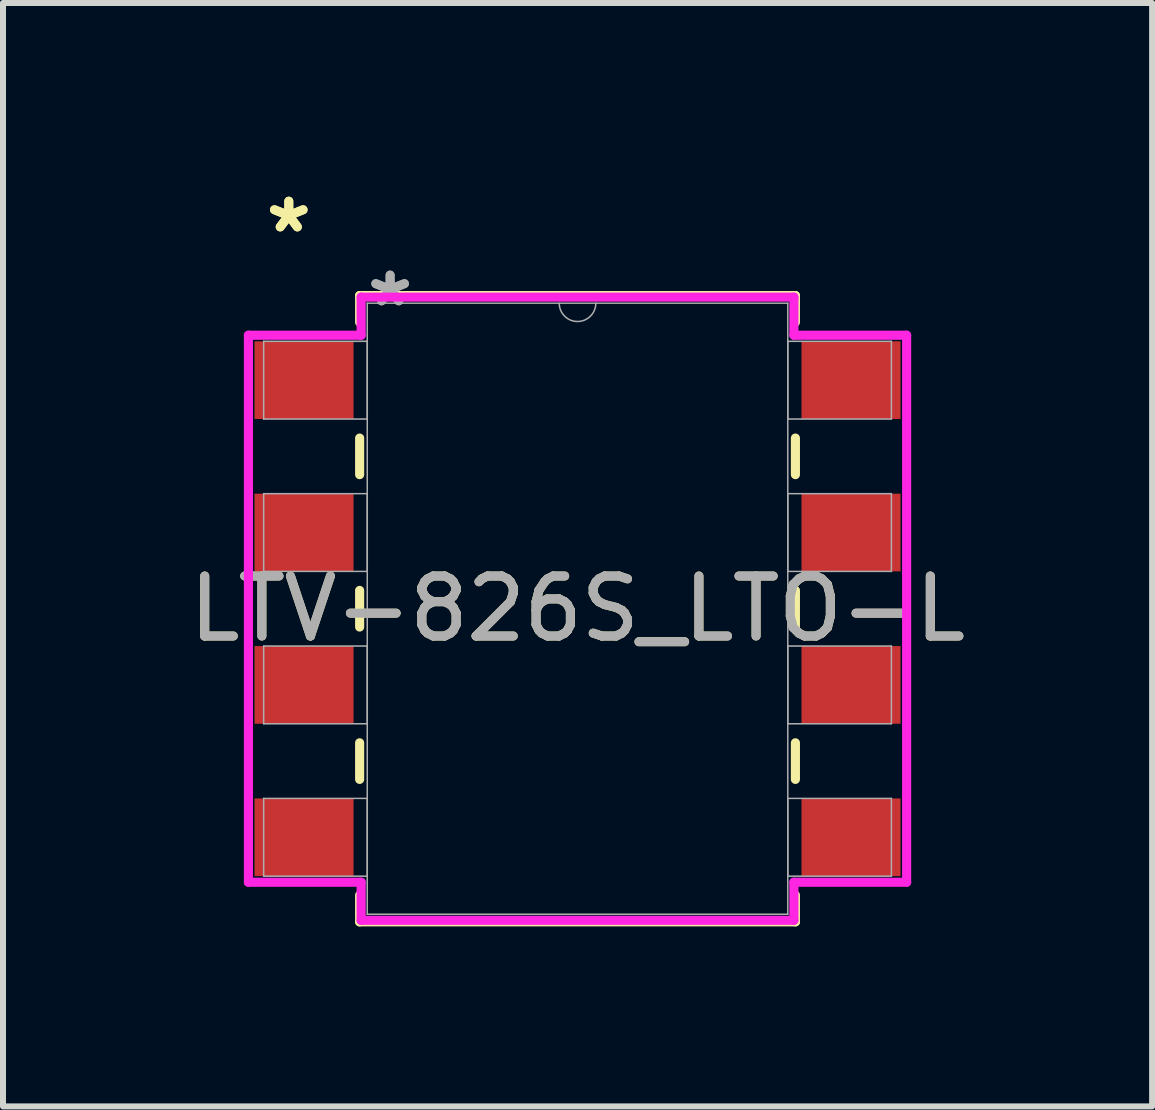
<source format=kicad_pcb>
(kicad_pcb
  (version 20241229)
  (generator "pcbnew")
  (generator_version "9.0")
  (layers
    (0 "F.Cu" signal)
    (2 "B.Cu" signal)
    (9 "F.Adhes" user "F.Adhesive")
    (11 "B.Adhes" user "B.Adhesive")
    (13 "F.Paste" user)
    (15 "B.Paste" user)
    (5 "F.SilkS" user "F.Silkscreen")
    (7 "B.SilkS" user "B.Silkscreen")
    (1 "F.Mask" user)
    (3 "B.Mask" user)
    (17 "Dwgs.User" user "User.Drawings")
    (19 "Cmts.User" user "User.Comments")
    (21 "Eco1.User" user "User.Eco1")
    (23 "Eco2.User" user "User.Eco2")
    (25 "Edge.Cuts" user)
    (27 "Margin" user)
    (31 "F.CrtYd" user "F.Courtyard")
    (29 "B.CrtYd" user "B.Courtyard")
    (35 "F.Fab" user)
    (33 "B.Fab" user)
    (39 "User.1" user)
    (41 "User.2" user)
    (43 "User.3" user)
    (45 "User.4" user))
  (footprint "LTV-826S_LTO-L"
    (layer "F.Cu")
    (at 6.577 7.097)
    (property "Reference" "LTV-826S_LTO-L" (at 0 0 0) (unlocked yes) (layer "F.SilkS") (effects (font (size 1 1) (thickness 0.15))))
    (attr smd)
    (fp_line (start -3.632 -5.22) (end -3.632 -4.775) (stroke (width 0.152) (type solid)) (layer "F.SilkS"))
    (fp_line (start -3.632 -2.845) (end -3.632 -2.235) (stroke (width 0.152) (type solid)) (layer "F.SilkS"))
    (fp_line (start -3.632 -0.305) (end -3.632 0.305) (stroke (width 0.152) (type solid)) (layer "F.SilkS"))
    (fp_line (start -3.632 2.235) (end -3.632 2.845) (stroke (width 0.152) (type solid)) (layer "F.SilkS"))
    (fp_line (start -3.632 4.775) (end -3.632 5.22) (stroke (width 0.152) (type solid)) (layer "F.SilkS"))
    (fp_line (start -3.632 5.22) (end 3.632 5.22) (stroke (width 0.152) (type solid)) (layer "F.SilkS"))
    (fp_line (start 3.632 -5.22) (end -3.632 -5.22) (stroke (width 0.152) (type solid)) (layer "F.SilkS"))
    (fp_line (start 3.632 -4.775) (end 3.632 -5.22) (stroke (width 0.152) (type solid)) (layer "F.SilkS"))
    (fp_line (start 3.632 -2.235) (end 3.632 -2.845) (stroke (width 0.152) (type solid)) (layer "F.SilkS"))
    (fp_line (start 3.632 0.305) (end 3.632 -0.305) (stroke (width 0.152) (type solid)) (layer "F.SilkS"))
    (fp_line (start 3.632 2.845) (end 3.632 2.235) (stroke (width 0.152) (type solid)) (layer "F.SilkS"))
    (fp_line (start 3.632 5.22) (end 3.632 4.775) (stroke (width 0.152) (type solid)) (layer "F.SilkS"))
    (fp_line (start -5.486 -4.559) (end -3.607 -4.559) (stroke (width 0.152) (type solid)) (layer "F.CrtYd"))
    (fp_line (start -5.486 4.559) (end -5.486 -4.559) (stroke (width 0.152) (type solid)) (layer "F.CrtYd"))
    (fp_line (start -5.486 4.559) (end -3.607 4.559) (stroke (width 0.152) (type solid)) (layer "F.CrtYd"))
    (fp_line (start -3.607 -5.194) (end 3.607 -5.194) (stroke (width 0.152) (type solid)) (layer "F.CrtYd"))
    (fp_line (start -3.607 -4.559) (end -3.607 -5.194) (stroke (width 0.152) (type solid)) (layer "F.CrtYd"))
    (fp_line (start -3.607 5.194) (end -3.607 4.559) (stroke (width 0.152) (type solid)) (layer "F.CrtYd"))
    (fp_line (start 3.607 -5.194) (end 3.607 -4.559) (stroke (width 0.152) (type solid)) (layer "F.CrtYd"))
    (fp_line (start 3.607 4.559) (end 3.607 5.194) (stroke (width 0.152) (type solid)) (layer "F.CrtYd"))
    (fp_line (start 3.607 5.194) (end -3.607 5.194) (stroke (width 0.152) (type solid)) (layer "F.CrtYd"))
    (fp_line (start 5.486 -4.559) (end 3.607 -4.559) (stroke (width 0.152) (type solid)) (layer "F.CrtYd"))
    (fp_line (start 5.486 -4.559) (end 5.486 4.559) (stroke (width 0.152) (type solid)) (layer "F.CrtYd"))
    (fp_line (start 5.486 4.559) (end 3.607 4.559) (stroke (width 0.152) (type solid)) (layer "F.CrtYd"))
    (fp_line (start -5.232 -4.458) (end -5.232 -3.162) (stroke (width 0.025) (type solid)) (layer "F.Fab"))
    (fp_line (start -5.232 -3.162) (end -3.505 -3.162) (stroke (width 0.025) (type solid)) (layer "F.Fab"))
    (fp_line (start -5.232 -1.918) (end -5.232 -0.622) (stroke (width 0.025) (type solid)) (layer "F.Fab"))
    (fp_line (start -5.232 -0.622) (end -3.505 -0.622) (stroke (width 0.025) (type solid)) (layer "F.Fab"))
    (fp_line (start -5.232 0.622) (end -5.232 1.918) (stroke (width 0.025) (type solid)) (layer "F.Fab"))
    (fp_line (start -5.232 1.918) (end -3.505 1.918) (stroke (width 0.025) (type solid)) (layer "F.Fab"))
    (fp_line (start -5.232 3.162) (end -5.232 4.458) (stroke (width 0.025) (type solid)) (layer "F.Fab"))
    (fp_line (start -5.232 4.458) (end -3.505 4.458) (stroke (width 0.025) (type solid)) (layer "F.Fab"))
    (fp_line (start -3.505 -5.093) (end -3.505 5.093) (stroke (width 0.025) (type solid)) (layer "F.Fab"))
    (fp_line (start -3.505 -4.458) (end -5.232 -4.458) (stroke (width 0.025) (type solid)) (layer "F.Fab"))
    (fp_line (start -3.505 -3.162) (end -3.505 -4.458) (stroke (width 0.025) (type solid)) (layer "F.Fab"))
    (fp_line (start -3.505 -1.918) (end -5.232 -1.918) (stroke (width 0.025) (type solid)) (layer "F.Fab"))
    (fp_line (start -3.505 -0.622) (end -3.505 -1.918) (stroke (width 0.025) (type solid)) (layer "F.Fab"))
    (fp_line (start -3.505 0.622) (end -5.232 0.622) (stroke (width 0.025) (type solid)) (layer "F.Fab"))
    (fp_line (start -3.505 1.918) (end -3.505 0.622) (stroke (width 0.025) (type solid)) (layer "F.Fab"))
    (fp_line (start -3.505 3.162) (end -5.232 3.162) (stroke (width 0.025) (type solid)) (layer "F.Fab"))
    (fp_line (start -3.505 4.458) (end -3.505 3.162) (stroke (width 0.025) (type solid)) (layer "F.Fab"))
    (fp_line (start -3.505 5.093) (end 3.505 5.093) (stroke (width 0.025) (type solid)) (layer "F.Fab"))
    (fp_line (start 3.505 -5.093) (end -3.505 -5.093) (stroke (width 0.025) (type solid)) (layer "F.Fab"))
    (fp_line (start 3.505 -4.458) (end 3.505 -3.162) (stroke (width 0.025) (type solid)) (layer "F.Fab"))
    (fp_line (start 3.505 -3.162) (end 5.232 -3.162) (stroke (width 0.025) (type solid)) (layer "F.Fab"))
    (fp_line (start 3.505 -1.918) (end 3.505 -0.622) (stroke (width 0.025) (type solid)) (layer "F.Fab"))
    (fp_line (start 3.505 -0.622) (end 5.232 -0.622) (stroke (width 0.025) (type solid)) (layer "F.Fab"))
    (fp_line (start 3.505 0.622) (end 3.505 1.918) (stroke (width 0.025) (type solid)) (layer "F.Fab"))
    (fp_line (start 3.505 1.918) (end 5.232 1.918) (stroke (width 0.025) (type solid)) (layer "F.Fab"))
    (fp_line (start 3.505 3.162) (end 3.505 4.458) (stroke (width 0.025) (type solid)) (layer "F.Fab"))
    (fp_line (start 3.505 4.458) (end 5.232 4.458) (stroke (width 0.025) (type solid)) (layer "F.Fab"))
    (fp_line (start 3.505 5.093) (end 3.505 -5.093) (stroke (width 0.025) (type solid)) (layer "F.Fab"))
    (fp_line (start 5.232 -4.458) (end 3.505 -4.458) (stroke (width 0.025) (type solid)) (layer "F.Fab"))
    (fp_line (start 5.232 -3.162) (end 5.232 -4.458) (stroke (width 0.025) (type solid)) (layer "F.Fab"))
    (fp_line (start 5.232 -1.918) (end 3.505 -1.918) (stroke (width 0.025) (type solid)) (layer "F.Fab"))
    (fp_line (start 5.232 -0.622) (end 5.232 -1.918) (stroke (width 0.025) (type solid)) (layer "F.Fab"))
    (fp_line (start 5.232 0.622) (end 3.505 0.622) (stroke (width 0.025) (type solid)) (layer "F.Fab"))
    (fp_line (start 5.232 1.918) (end 5.232 0.622) (stroke (width 0.025) (type solid)) (layer "F.Fab"))
    (fp_line (start 5.232 3.162) (end 3.505 3.162) (stroke (width 0.025) (type solid)) (layer "F.Fab"))
    (fp_line (start 5.232 4.458) (end 5.232 3.162) (stroke (width 0.025) (type solid)) (layer "F.Fab"))
    (fp_arc (start 0.3048 -5.0927) (mid 0 -4.7879) (end -0.3048 -5.0927) (stroke (width 0.0254) (type solid)) (layer "F.Fab"))
    (fp_text user "*" (at -4.813 -6.248 0) (unlocked yes) (layer "F.SilkS") (effects (font (size 1 1) (thickness 0.15))))
    (fp_text user "*" (at -4.813 -6.248 0) (layer "F.SilkS") (effects (font (size 1 1) (thickness 0.15))))
    (fp_text user "${REFERENCE}" (at 0 0 0) (unlocked yes) (layer "F.Fab") (effects (font (size 1 1) (thickness 0.15))))
    (fp_text user "*" (at -3.124 -5.016 0) (layer "F.Fab") (effects (font (size 1 1) (thickness 0.15))))
    (fp_text user "*" (at -3.124 -5.016 0) (unlocked yes) (layer "F.Fab") (effects (font (size 1 1) (thickness 0.15))))
    (pad "1" smd rect (at -4.559 -3.81) (size 1.651 1.295) (layers "F.Cu" "F.Mask" "F.Paste"))
    (pad "2" smd rect (at -4.559 -1.27) (size 1.651 1.295) (layers "F.Cu" "F.Mask" "F.Paste"))
    (pad "3" smd rect (at -4.559 1.27) (size 1.651 1.295) (layers "F.Cu" "F.Mask" "F.Paste"))
    (pad "4" smd rect (at -4.559 3.81) (size 1.651 1.295) (layers "F.Cu" "F.Mask" "F.Paste"))
    (pad "5" smd rect (at 4.559 3.81) (size 1.651 1.295) (layers "F.Cu" "F.Mask" "F.Paste"))
    (pad "6" smd rect (at 4.559 1.27) (size 1.651 1.295) (layers "F.Cu" "F.Mask" "F.Paste"))
    (pad "7" smd rect (at 4.559 -1.27) (size 1.651 1.295) (layers "F.Cu" "F.Mask" "F.Paste"))
    (pad "8" smd rect (at 4.559 -3.81) (size 1.651 1.295) (layers "F.Cu" "F.Mask" "F.Paste")))
  (gr_rect
    (start -3 -3)
    (end 16.155 15.393)
    (stroke (width 0.1) (type default))
    (fill no)
    (layer "Edge.Cuts")))
</source>
